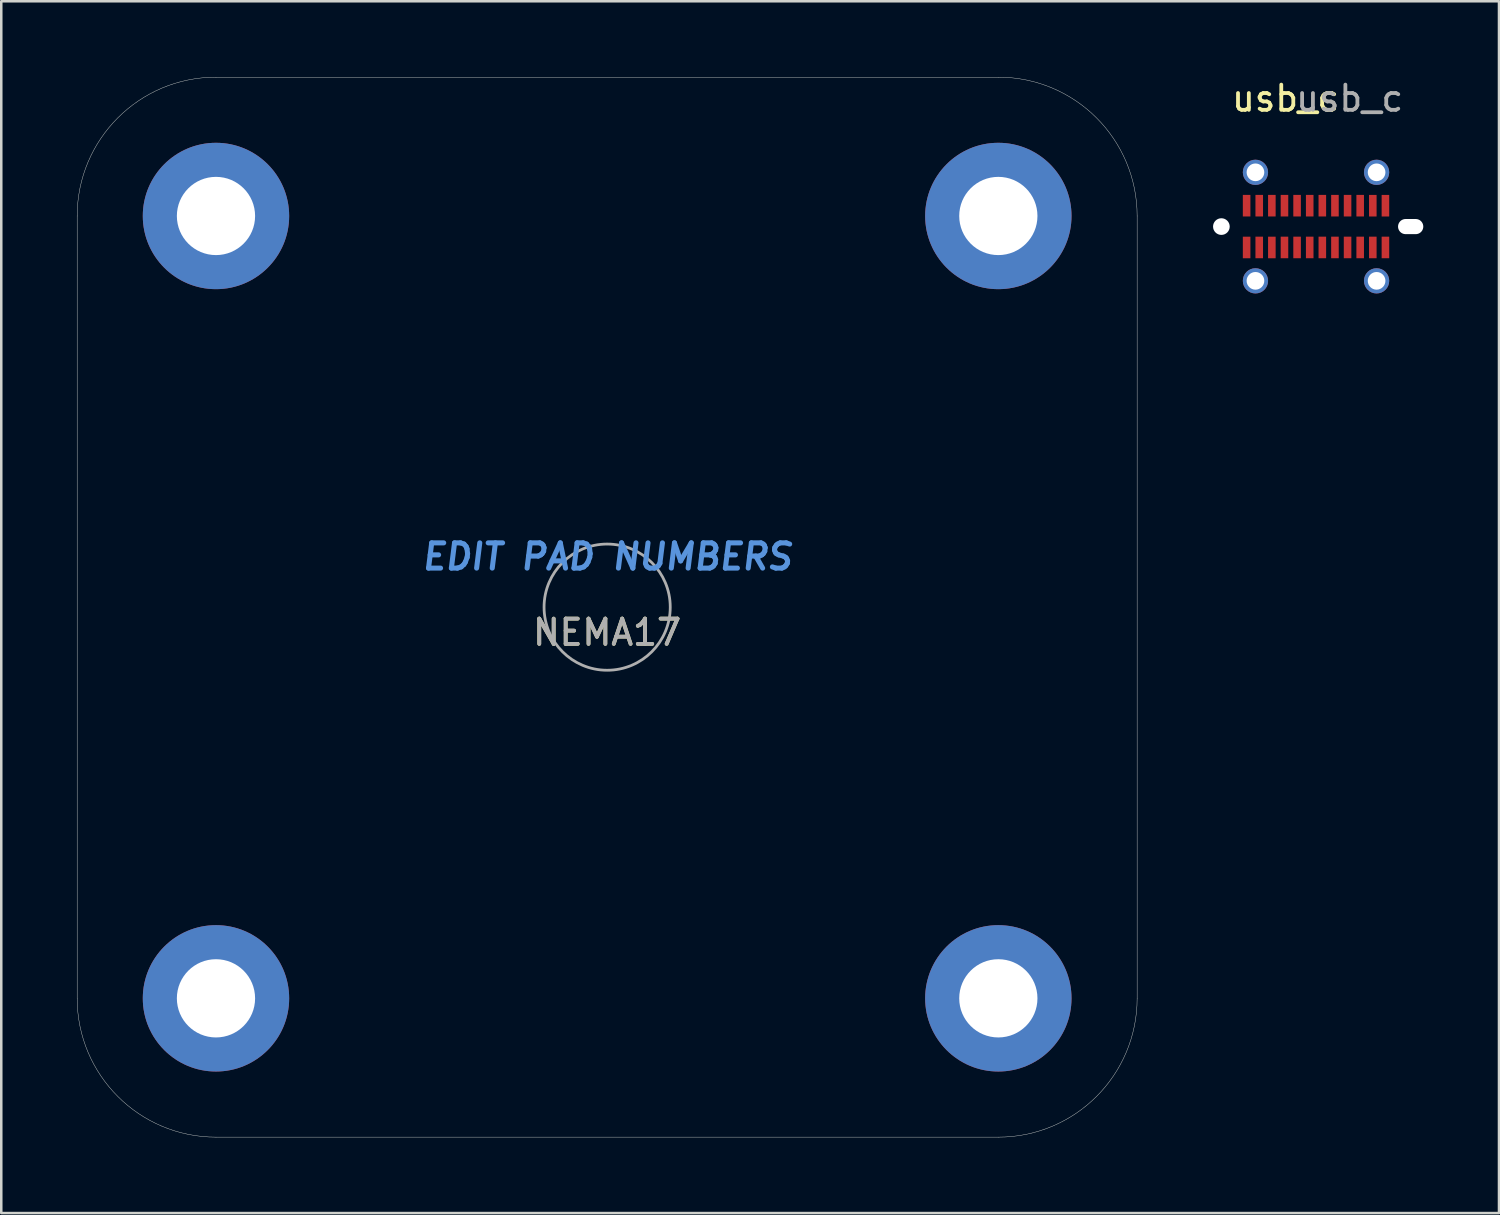
<source format=kicad_pcb>
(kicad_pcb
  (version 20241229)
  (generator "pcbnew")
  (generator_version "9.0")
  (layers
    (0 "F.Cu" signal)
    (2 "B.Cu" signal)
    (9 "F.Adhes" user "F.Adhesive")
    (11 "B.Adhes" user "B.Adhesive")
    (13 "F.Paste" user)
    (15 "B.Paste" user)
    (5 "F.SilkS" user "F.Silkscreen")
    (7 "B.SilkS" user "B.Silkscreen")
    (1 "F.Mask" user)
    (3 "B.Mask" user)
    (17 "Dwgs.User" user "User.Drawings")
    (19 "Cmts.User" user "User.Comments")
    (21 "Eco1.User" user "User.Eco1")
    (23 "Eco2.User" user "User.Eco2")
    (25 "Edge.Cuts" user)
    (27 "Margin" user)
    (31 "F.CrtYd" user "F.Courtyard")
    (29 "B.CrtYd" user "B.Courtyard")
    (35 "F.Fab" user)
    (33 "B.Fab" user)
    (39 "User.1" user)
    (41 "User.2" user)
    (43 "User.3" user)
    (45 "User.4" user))
  (footprint "NEMA17"
    (layer "F.Cu")
    (at 21.008 21.008)
    (property "Reference" "NEMA17" (at 0 1 0) (layer "F.SilkS") (effects (font (size 1 1) (thickness 0.15))))
    (attr through_hole)
    (fp_line (start -21 15.5) (end -21 -15.5) (stroke (width 0.016) (type solid)) (layer "Edge.Cuts"))
    (fp_line (start -15.5 -21) (end 15.5 -21) (stroke (width 0.016) (type solid)) (layer "Edge.Cuts"))
    (fp_line (start 15.5 21) (end -15.5 21) (stroke (width 0.016) (type solid)) (layer "Edge.Cuts"))
    (fp_line (start 21 -15.5) (end 21 15.5) (stroke (width 0.016) (type solid)) (layer "Edge.Cuts"))
    (fp_arc (start -21 -15.5) (mid -19.389087 -19.389087) (end -15.5 -21) (stroke (width 0.016) (type solid)) (layer "Edge.Cuts"))
    (fp_arc (start -15.5 21) (mid -19.389087 19.389087) (end -21 15.5) (stroke (width 0.016) (type solid)) (layer "Edge.Cuts"))
    (fp_arc (start 15.5 -21) (mid 19.389087 -19.389087) (end 21 -15.5) (stroke (width 0.016) (type solid)) (layer "Edge.Cuts"))
    (fp_arc (start 21 15.5) (mid 19.389087 19.389087) (end 15.5 21) (stroke (width 0.016) (type solid)) (layer "Edge.Cuts"))
    (fp_circle (center 0 0) (end -2.5 0) (stroke (width 0.11) (type solid)) (fill no) (layer "F.Fab"))
    (fp_text user "EDIT PAD NUMBERS" (at 0 -2 0) (layer "Cmts.User") (effects (font (size 1 1) (thickness 0.2) (italic yes))))
    (fp_text user "${REFERENCE}" (at 0 1 0) (layer "F.Fab") (effects (font (size 1 1) (thickness 0.15))))
    (pad "1" thru_hole circle (at -15.5 -15.5) (size 5.8 5.8) (drill 3.1) (layers "*.Cu" "*.Mask"))
    (pad "1" thru_hole circle (at -15.5 15.5) (size 5.8 5.8) (drill 3.1) (layers "*.Cu" "*.Mask"))
    (pad "1" thru_hole circle (at 15.5 -15.5) (size 5.8 5.8) (drill 3.1) (layers "*.Cu" "*.Mask"))
    (pad "1" thru_hole circle (at 15.5 15.5) (size 5.8 5.8) (drill 3.1) (layers "*.Cu" "*.Mask")))
  (footprint "usb_c"
    (layer "F.Cu")
    (at 48.956 5.928)
    (property "Reference" "usb_c" (at -1.07 -5.08 0) (layer "F.SilkS") (effects (font (size 1 1) (thickness 0.15))))
    (attr through_hole)
    (fp_text user "${REFERENCE}" (at 1.47 -5.08 0) (layer "F.Fab") (effects (font (size 1 1) (thickness 0.15))))
    (pad "" np_thru_hole circle (at -3.61 0) (size 0.66 0.66) (drill 0.66) (layers "*.Cu" "*.Mask"))
    (pad "" np_thru_hole oval (at 3.89 0) (size 1 0.6) (drill oval 1 0.6) (layers "*.Cu" "*.Mask"))
    (pad "A1" smd rect (at -2.61 -0.828) (size 0.3 0.855) (layers "F.Cu" "F.Mask" "F.Paste"))
    (pad "A2" smd rect (at -2.11 -0.828) (size 0.3 0.855) (layers "F.Cu" "F.Mask" "F.Paste"))
    (pad "A3" smd rect (at -1.61 -0.828) (size 0.3 0.855) (layers "F.Cu" "F.Mask" "F.Paste"))
    (pad "A4" smd rect (at -1.11 -0.828) (size 0.3 0.855) (layers "F.Cu" "F.Mask" "F.Paste"))
    (pad "A5" smd rect (at -0.61 -0.828) (size 0.3 0.855) (layers "F.Cu" "F.Mask" "F.Paste"))
    (pad "A6" smd rect (at -0.11 -0.828) (size 0.3 0.855) (layers "F.Cu" "F.Mask" "F.Paste"))
    (pad "A7" smd rect (at 0.39 -0.828) (size 0.3 0.855) (layers "F.Cu" "F.Mask" "F.Paste"))
    (pad "A8" smd rect (at 0.89 -0.828) (size 0.3 0.855) (layers "F.Cu" "F.Mask" "F.Paste"))
    (pad "A9" smd rect (at 1.39 -0.828) (size 0.3 0.855) (layers "F.Cu" "F.Mask" "F.Paste"))
    (pad "A10" smd rect (at 1.89 -0.828) (size 0.3 0.855) (layers "F.Cu" "F.Mask" "F.Paste"))
    (pad "A11" smd rect (at 2.39 -0.827) (size 0.3 0.855) (layers "F.Cu" "F.Mask" "F.Paste"))
    (pad "A12" smd rect (at 2.89 -0.827) (size 0.3 0.855) (layers "F.Cu" "F.Mask" "F.Paste"))
    (pad "B1" smd rect (at 2.89 0.827) (size 0.3 0.855) (layers "F.Cu" "F.Mask" "F.Paste"))
    (pad "B2" smd rect (at 2.39 0.827) (size 0.3 0.855) (layers "F.Cu" "F.Mask" "F.Paste"))
    (pad "B3" smd rect (at 1.89 0.827) (size 0.3 0.855) (layers "F.Cu" "F.Mask" "F.Paste"))
    (pad "B4" smd rect (at 1.39 0.827) (size 0.3 0.855) (layers "F.Cu" "F.Mask" "F.Paste"))
    (pad "B5" smd rect (at 0.89 0.827) (size 0.3 0.855) (layers "F.Cu" "F.Mask" "F.Paste"))
    (pad "B6" smd rect (at 0.39 0.827) (size 0.3 0.855) (layers "F.Cu" "F.Mask" "F.Paste"))
    (pad "B7" smd rect (at -0.11 0.827) (size 0.3 0.855) (layers "F.Cu" "F.Mask" "F.Paste"))
    (pad "B8" smd rect (at -0.61 0.827) (size 0.3 0.855) (layers "F.Cu" "F.Mask" "F.Paste"))
    (pad "B9" smd rect (at -1.11 0.827) (size 0.3 0.855) (layers "F.Cu" "F.Mask" "F.Paste"))
    (pad "B10" smd rect (at -1.61 0.828) (size 0.3 0.855) (layers "F.Cu" "F.Mask" "F.Paste"))
    (pad "B11" smd rect (at -2.11 0.827) (size 0.3 0.855) (layers "F.Cu" "F.Mask" "F.Paste"))
    (pad "B12" smd rect (at -2.61 0.828) (size 0.3 0.855) (layers "F.Cu" "F.Mask" "F.Paste"))
    (pad "S1" thru_hole circle (at -2.26 -2.15) (size 1 1) (drill 0.7) (layers "*.Cu" "*.Mask"))
    (pad "S1" thru_hole circle (at -2.26 2.15) (size 1 1) (drill 0.7) (layers "*.Cu" "*.Mask"))
    (pad "S1" thru_hole circle (at 2.54 -2.15) (size 1 1) (drill 0.7) (layers "*.Cu" "*.Mask"))
    (pad "S1" thru_hole circle (at 2.54 2.15) (size 1 1) (drill 0.7) (layers "*.Cu" "*.Mask")))
  (gr_rect
    (start -3 -3)
    (end 56.346 45.016)
    (stroke (width 0.1) (type default))
    (fill no)
    (layer "Edge.Cuts")))
</source>
